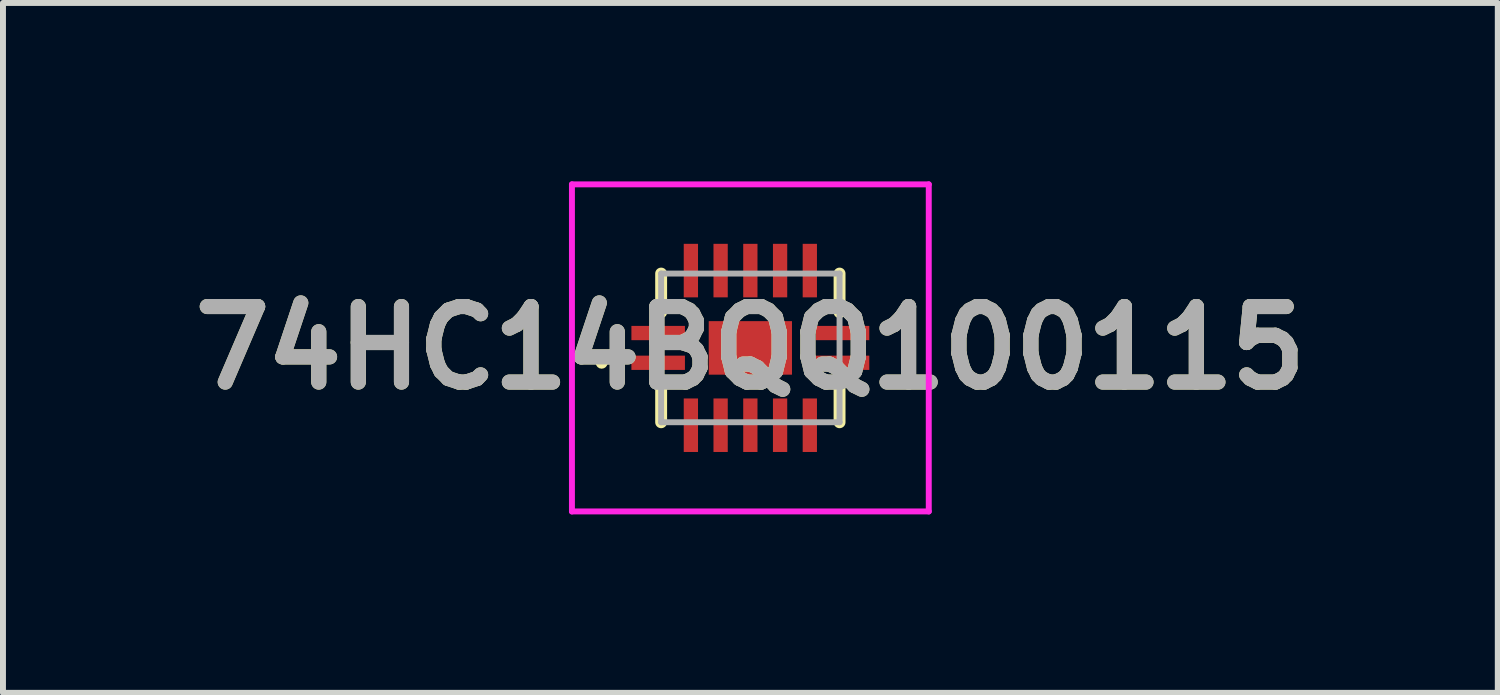
<source format=kicad_pcb>
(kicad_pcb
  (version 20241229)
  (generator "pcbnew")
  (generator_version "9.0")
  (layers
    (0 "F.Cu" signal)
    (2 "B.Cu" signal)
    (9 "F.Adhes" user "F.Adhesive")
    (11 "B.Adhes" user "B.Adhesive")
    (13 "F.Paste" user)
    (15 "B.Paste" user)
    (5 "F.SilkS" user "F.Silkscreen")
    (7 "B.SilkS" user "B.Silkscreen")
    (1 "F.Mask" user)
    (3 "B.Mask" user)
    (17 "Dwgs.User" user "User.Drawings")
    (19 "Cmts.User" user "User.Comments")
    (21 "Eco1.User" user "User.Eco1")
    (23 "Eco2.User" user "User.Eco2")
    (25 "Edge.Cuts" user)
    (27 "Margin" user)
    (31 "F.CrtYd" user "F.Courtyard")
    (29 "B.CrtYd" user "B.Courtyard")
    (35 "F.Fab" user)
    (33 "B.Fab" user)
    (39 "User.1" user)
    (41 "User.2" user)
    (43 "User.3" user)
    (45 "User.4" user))
  (footprint "74HC14BQQ100115"
    (layer "F.Cu")
    (at 9.567 2.8)
    (property "Reference" "74HC14BQQ100115" (at 0 0 0) (layer "F.SilkS") (effects (font (size 1.27 1.27) (thickness 0.254))))
    (attr smd)
    (fp_line (start -2.55 0.25) (end -2.55 0.25) (stroke (width 0.1) (type solid)) (layer "F.SilkS"))
    (fp_line (start -2.45 0.25) (end -2.45 0.25) (stroke (width 0.1) (type solid)) (layer "F.SilkS"))
    (fp_line (start -1.5 -0.6) (end -1.5 -1.25) (stroke (width 0.2) (type solid)) (layer "F.SilkS"))
    (fp_line (start -1.5 0.6) (end -1.5 1.25) (stroke (width 0.2) (type solid)) (layer "F.SilkS"))
    (fp_line (start 1.5 -0.6) (end 1.5 -1.25) (stroke (width 0.2) (type solid)) (layer "F.SilkS"))
    (fp_line (start 1.5 1.25) (end 1.5 0.6) (stroke (width 0.2) (type solid)) (layer "F.SilkS"))
    (fp_arc (start -2.55 0.25) (mid -2.5 0.2) (end -2.45 0.25) (stroke (width 0.1) (type solid)) (layer "F.SilkS"))
    (fp_arc (start -2.45 0.25) (mid -2.5 0.3) (end -2.55 0.25) (stroke (width 0.1) (type solid)) (layer "F.SilkS"))
    (fp_line (start -3 -2.75) (end 3 -2.75) (stroke (width 0.1) (type solid)) (layer "F.CrtYd"))
    (fp_line (start -3 2.75) (end -3 -2.75) (stroke (width 0.1) (type solid)) (layer "F.CrtYd"))
    (fp_line (start 3 -2.75) (end 3 2.75) (stroke (width 0.1) (type solid)) (layer "F.CrtYd"))
    (fp_line (start 3 2.75) (end -3 2.75) (stroke (width 0.1) (type solid)) (layer "F.CrtYd"))
    (fp_line (start -1.5 -1.25) (end 1.5 -1.25) (stroke (width 0.1) (type solid)) (layer "F.Fab"))
    (fp_line (start -1.5 1.25) (end -1.5 -1.25) (stroke (width 0.1) (type solid)) (layer "F.Fab"))
    (fp_line (start 1.5 -1.25) (end 1.5 1.25) (stroke (width 0.1) (type solid)) (layer "F.Fab"))
    (fp_line (start 1.5 1.25) (end -1.5 1.25) (stroke (width 0.1) (type solid)) (layer "F.Fab"))
    (fp_text user "${REFERENCE}" (at 0 0 0) (layer "F.Fab") (effects (font (size 1.27 1.27) (thickness 0.254))))
    (pad "1" smd rect (at -1.55 0.25 90) (size 0.24 0.9) (layers "F.Cu" "F.Mask" "F.Paste"))
    (pad "2" smd rect (at -1 1.3) (size 0.24 0.9) (layers "F.Cu" "F.Mask" "F.Paste"))
    (pad "3" smd rect (at -0.5 1.3) (size 0.24 0.9) (layers "F.Cu" "F.Mask" "F.Paste"))
    (pad "4" smd rect (at 0 1.3) (size 0.24 0.9) (layers "F.Cu" "F.Mask" "F.Paste"))
    (pad "5" smd rect (at 0.5 1.3) (size 0.24 0.9) (layers "F.Cu" "F.Mask" "F.Paste"))
    (pad "6" smd rect (at 1 1.3) (size 0.24 0.9) (layers "F.Cu" "F.Mask" "F.Paste"))
    (pad "7" smd rect (at 1.55 0.25 90) (size 0.24 0.9) (layers "F.Cu" "F.Mask" "F.Paste"))
    (pad "8" smd rect (at 1.55 -0.25 90) (size 0.24 0.9) (layers "F.Cu" "F.Mask" "F.Paste"))
    (pad "9" smd rect (at 1 -1.3) (size 0.24 0.9) (layers "F.Cu" "F.Mask" "F.Paste"))
    (pad "10" smd rect (at 0.5 -1.3) (size 0.24 0.9) (layers "F.Cu" "F.Mask" "F.Paste"))
    (pad "11" smd rect (at 0 -1.3) (size 0.24 0.9) (layers "F.Cu" "F.Mask" "F.Paste"))
    (pad "12" smd rect (at -0.5 -1.3) (size 0.24 0.9) (layers "F.Cu" "F.Mask" "F.Paste"))
    (pad "13" smd rect (at -1 -1.3) (size 0.24 0.9) (layers "F.Cu" "F.Mask" "F.Paste"))
    (pad "14" smd rect (at -1.55 -0.25 90) (size 0.24 0.9) (layers "F.Cu" "F.Mask" "F.Paste"))
    (pad "15" smd rect (at 0 0 90) (size 0.9 1.4) (layers "F.Cu" "F.Mask" "F.Paste")))
  (gr_rect
    (start -3 -3)
    (end 22.135 8.6)
    (stroke (width 0.1) (type default))
    (fill no)
    (layer "Edge.Cuts")))
</source>
